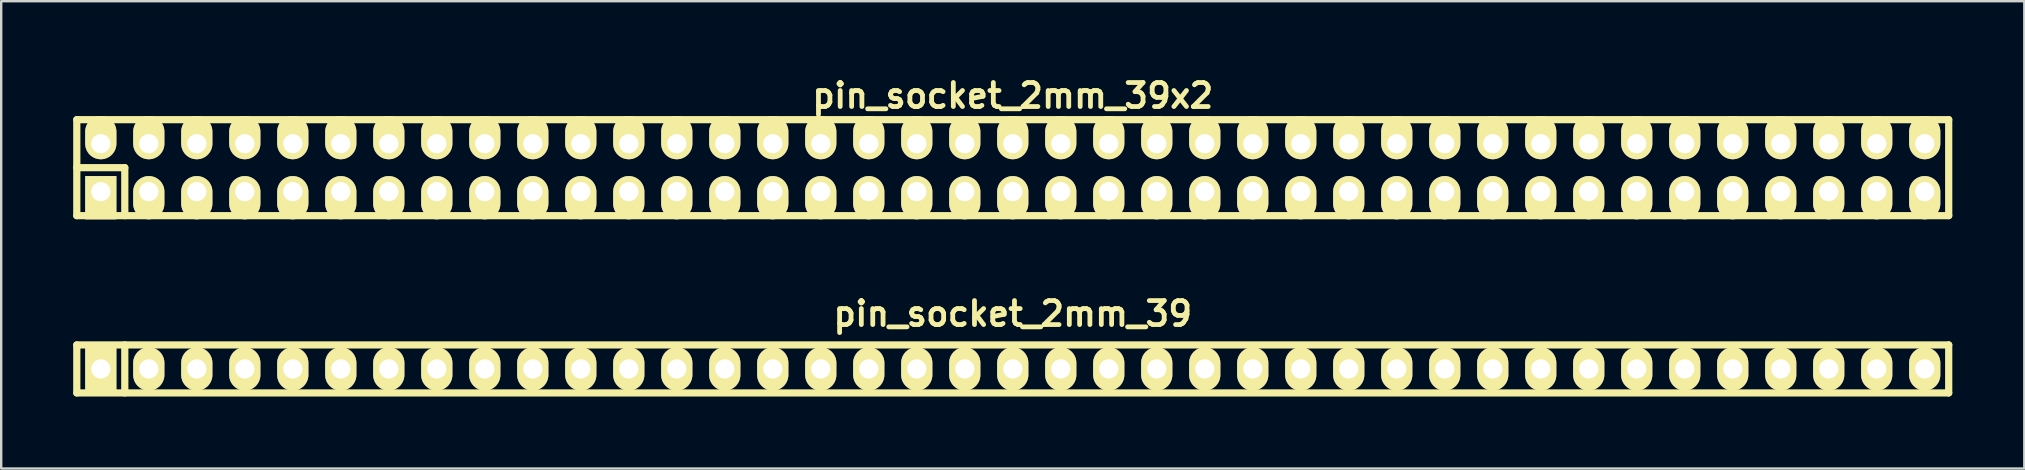
<source format=kicad_pcb>
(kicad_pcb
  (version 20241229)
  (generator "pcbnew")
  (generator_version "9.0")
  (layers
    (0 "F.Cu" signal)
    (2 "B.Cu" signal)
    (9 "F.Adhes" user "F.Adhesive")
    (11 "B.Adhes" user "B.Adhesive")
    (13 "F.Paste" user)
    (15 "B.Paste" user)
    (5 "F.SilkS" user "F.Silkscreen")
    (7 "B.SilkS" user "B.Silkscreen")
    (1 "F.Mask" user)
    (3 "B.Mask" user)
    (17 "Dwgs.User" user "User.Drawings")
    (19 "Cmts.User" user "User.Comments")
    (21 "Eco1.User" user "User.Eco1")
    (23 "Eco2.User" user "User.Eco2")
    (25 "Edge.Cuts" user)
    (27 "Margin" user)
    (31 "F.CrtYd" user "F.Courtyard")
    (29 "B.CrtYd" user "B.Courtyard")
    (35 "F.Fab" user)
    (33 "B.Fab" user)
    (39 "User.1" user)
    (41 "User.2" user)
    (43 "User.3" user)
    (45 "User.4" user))
  (footprint "pin_socket_2mm_39"
    (layer "F.Cu")
    (at 39.15 12.322)
    (property "Reference" "pin_socket_2mm_39" (at 0 -2.3 0) (layer "F.SilkS") (effects (font (size 1 1) (thickness 0.2))))
    (attr through_hole)
    (fp_line (start -39 -1) (end 39 -1) (stroke (width 0.3) (type solid)) (layer "F.SilkS"))
    (fp_line (start -39 1) (end -39 -1) (stroke (width 0.3) (type solid)) (layer "F.SilkS"))
    (fp_line (start -37 -1) (end -37 1) (stroke (width 0.3) (type solid)) (layer "F.SilkS"))
    (fp_line (start 39 -1) (end 39 1) (stroke (width 0.3) (type solid)) (layer "F.SilkS"))
    (fp_line (start 39 1) (end -39 1) (stroke (width 0.3) (type solid)) (layer "F.SilkS"))
    (pad "1" thru_hole rect (at -38 0) (size 1.3 1.8) (drill 0.8) (layers "*.Cu" "*.Mask" "F.SilkS"))
    (pad "2" thru_hole oval (at -36 0) (size 1.3 1.8) (drill 0.8) (layers "*.Cu" "*.Mask" "F.SilkS"))
    (pad "3" thru_hole oval (at -34 0) (size 1.3 1.8) (drill 0.8) (layers "*.Cu" "*.Mask" "F.SilkS"))
    (pad "4" thru_hole oval (at -32 0) (size 1.3 1.8) (drill 0.8) (layers "*.Cu" "*.Mask" "F.SilkS"))
    (pad "5" thru_hole oval (at -30 0) (size 1.3 1.8) (drill 0.8) (layers "*.Cu" "*.Mask" "F.SilkS"))
    (pad "6" thru_hole oval (at -28 0) (size 1.3 1.8) (drill 0.8) (layers "*.Cu" "*.Mask" "F.SilkS"))
    (pad "7" thru_hole oval (at -26 0) (size 1.3 1.8) (drill 0.8) (layers "*.Cu" "*.Mask" "F.SilkS"))
    (pad "8" thru_hole oval (at -24 0) (size 1.3 1.8) (drill 0.8) (layers "*.Cu" "*.Mask" "F.SilkS"))
    (pad "9" thru_hole oval (at -22 0) (size 1.3 1.8) (drill 0.8) (layers "*.Cu" "*.Mask" "F.SilkS"))
    (pad "10" thru_hole oval (at -20 0) (size 1.3 1.8) (drill 0.8) (layers "*.Cu" "*.Mask" "F.SilkS"))
    (pad "11" thru_hole oval (at -18 0) (size 1.3 1.8) (drill 0.8) (layers "*.Cu" "*.Mask" "F.SilkS"))
    (pad "12" thru_hole oval (at -16 0) (size 1.3 1.8) (drill 0.8) (layers "*.Cu" "*.Mask" "F.SilkS"))
    (pad "13" thru_hole oval (at -14 0) (size 1.3 1.8) (drill 0.8) (layers "*.Cu" "*.Mask" "F.SilkS"))
    (pad "14" thru_hole oval (at -12 0) (size 1.3 1.8) (drill 0.8) (layers "*.Cu" "*.Mask" "F.SilkS"))
    (pad "15" thru_hole oval (at -10 0) (size 1.3 1.8) (drill 0.8) (layers "*.Cu" "*.Mask" "F.SilkS"))
    (pad "16" thru_hole oval (at -8 0) (size 1.3 1.8) (drill 0.8) (layers "*.Cu" "*.Mask" "F.SilkS"))
    (pad "17" thru_hole oval (at -6 0) (size 1.3 1.8) (drill 0.8) (layers "*.Cu" "*.Mask" "F.SilkS"))
    (pad "18" thru_hole oval (at -4 0) (size 1.3 1.8) (drill 0.8) (layers "*.Cu" "*.Mask" "F.SilkS"))
    (pad "19" thru_hole oval (at -2 0) (size 1.3 1.8) (drill 0.8) (layers "*.Cu" "*.Mask" "F.SilkS"))
    (pad "20" thru_hole oval (at 0 0) (size 1.3 1.8) (drill 0.8) (layers "*.Cu" "*.Mask" "F.SilkS"))
    (pad "21" thru_hole oval (at 2 0) (size 1.3 1.8) (drill 0.8) (layers "*.Cu" "*.Mask" "F.SilkS"))
    (pad "22" thru_hole oval (at 4 0) (size 1.3 1.8) (drill 0.8) (layers "*.Cu" "*.Mask" "F.SilkS"))
    (pad "23" thru_hole oval (at 6 0) (size 1.3 1.8) (drill 0.8) (layers "*.Cu" "*.Mask" "F.SilkS"))
    (pad "24" thru_hole oval (at 8 0) (size 1.3 1.8) (drill 0.8) (layers "*.Cu" "*.Mask" "F.SilkS"))
    (pad "25" thru_hole oval (at 10 0) (size 1.3 1.8) (drill 0.8) (layers "*.Cu" "*.Mask" "F.SilkS"))
    (pad "26" thru_hole oval (at 12 0) (size 1.3 1.8) (drill 0.8) (layers "*.Cu" "*.Mask" "F.SilkS"))
    (pad "27" thru_hole oval (at 14 0) (size 1.3 1.8) (drill 0.8) (layers "*.Cu" "*.Mask" "F.SilkS"))
    (pad "28" thru_hole oval (at 16 0) (size 1.3 1.8) (drill 0.8) (layers "*.Cu" "*.Mask" "F.SilkS"))
    (pad "29" thru_hole oval (at 18 0) (size 1.3 1.8) (drill 0.8) (layers "*.Cu" "*.Mask" "F.SilkS"))
    (pad "30" thru_hole oval (at 20 0) (size 1.3 1.8) (drill 0.8) (layers "*.Cu" "*.Mask" "F.SilkS"))
    (pad "31" thru_hole oval (at 22 0) (size 1.3 1.8) (drill 0.8) (layers "*.Cu" "*.Mask" "F.SilkS"))
    (pad "32" thru_hole oval (at 24 0) (size 1.3 1.8) (drill 0.8) (layers "*.Cu" "*.Mask" "F.SilkS"))
    (pad "33" thru_hole oval (at 26 0) (size 1.3 1.8) (drill 0.8) (layers "*.Cu" "*.Mask" "F.SilkS"))
    (pad "34" thru_hole oval (at 28 0) (size 1.3 1.8) (drill 0.8) (layers "*.Cu" "*.Mask" "F.SilkS"))
    (pad "35" thru_hole oval (at 30 0) (size 1.3 1.8) (drill 0.8) (layers "*.Cu" "*.Mask" "F.SilkS"))
    (pad "36" thru_hole oval (at 32 0) (size 1.3 1.8) (drill 0.8) (layers "*.Cu" "*.Mask" "F.SilkS"))
    (pad "37" thru_hole oval (at 34 0) (size 1.3 1.8) (drill 0.8) (layers "*.Cu" "*.Mask" "F.SilkS"))
    (pad "38" thru_hole oval (at 36 0) (size 1.3 1.8) (drill 0.8) (layers "*.Cu" "*.Mask" "F.SilkS"))
    (pad "39" thru_hole oval (at 38 0) (size 1.3 1.8) (drill 0.8) (layers "*.Cu" "*.Mask" "F.SilkS")))
  (footprint "pin_socket_2mm_39x2"
    (layer "F.Cu")
    (at 39.15 3.936)
    (property "Reference" "pin_socket_2mm_39x2" (at 0 -3 0) (layer "F.SilkS") (effects (font (size 1 1) (thickness 0.2))))
    (attr through_hole)
    (fp_line (start -39 -2) (end 39 -2) (stroke (width 0.3) (type solid)) (layer "F.SilkS"))
    (fp_line (start -39 0) (end -37 0) (stroke (width 0.3) (type solid)) (layer "F.SilkS"))
    (fp_line (start -39 2) (end -39 -2) (stroke (width 0.3) (type solid)) (layer "F.SilkS"))
    (fp_line (start -37 0) (end -37 2) (stroke (width 0.3) (type solid)) (layer "F.SilkS"))
    (fp_line (start 39 -2) (end 39 2) (stroke (width 0.3) (type solid)) (layer "F.SilkS"))
    (fp_line (start 39 2) (end -39 2) (stroke (width 0.3) (type solid)) (layer "F.SilkS"))
    (pad "1" thru_hole rect (at -38 1) (size 1.3 1.8) (drill 0.8 (offset 0 0.25)) (layers "*.Cu" "*.Mask" "F.SilkS"))
    (pad "2" thru_hole oval (at -38 -1) (size 1.3 1.8) (drill 0.8 (offset 0 -0.25)) (layers "*.Cu" "*.Mask" "F.SilkS"))
    (pad "3" thru_hole oval (at -36 1) (size 1.3 1.8) (drill 0.8 (offset 0 0.25)) (layers "*.Cu" "*.Mask" "F.SilkS"))
    (pad "4" thru_hole oval (at -36 -1) (size 1.3 1.8) (drill 0.8 (offset 0 -0.25)) (layers "*.Cu" "*.Mask" "F.SilkS"))
    (pad "5" thru_hole oval (at -34 1) (size 1.3 1.8) (drill 0.8 (offset 0 0.25)) (layers "*.Cu" "*.Mask" "F.SilkS"))
    (pad "6" thru_hole oval (at -34 -1) (size 1.3 1.8) (drill 0.8 (offset 0 -0.25)) (layers "*.Cu" "*.Mask" "F.SilkS"))
    (pad "7" thru_hole oval (at -32 1) (size 1.3 1.8) (drill 0.8 (offset 0 0.25)) (layers "*.Cu" "*.Mask" "F.SilkS"))
    (pad "8" thru_hole oval (at -32 -1) (size 1.3 1.8) (drill 0.8 (offset 0 -0.25)) (layers "*.Cu" "*.Mask" "F.SilkS"))
    (pad "9" thru_hole oval (at -30 1) (size 1.3 1.8) (drill 0.8 (offset 0 0.25)) (layers "*.Cu" "*.Mask" "F.SilkS"))
    (pad "10" thru_hole oval (at -30 -1) (size 1.3 1.8) (drill 0.8 (offset 0 -0.25)) (layers "*.Cu" "*.Mask" "F.SilkS"))
    (pad "11" thru_hole oval (at -28 1) (size 1.3 1.8) (drill 0.8 (offset 0 0.25)) (layers "*.Cu" "*.Mask" "F.SilkS"))
    (pad "12" thru_hole oval (at -28 -1) (size 1.3 1.8) (drill 0.8 (offset 0 -0.25)) (layers "*.Cu" "*.Mask" "F.SilkS"))
    (pad "13" thru_hole oval (at -26 1) (size 1.3 1.8) (drill 0.8 (offset 0 0.25)) (layers "*.Cu" "*.Mask" "F.SilkS"))
    (pad "14" thru_hole oval (at -26 -1) (size 1.3 1.8) (drill 0.8 (offset 0 -0.25)) (layers "*.Cu" "*.Mask" "F.SilkS"))
    (pad "15" thru_hole oval (at -24 1) (size 1.3 1.8) (drill 0.8 (offset 0 0.25)) (layers "*.Cu" "*.Mask" "F.SilkS"))
    (pad "16" thru_hole oval (at -24 -1) (size 1.3 1.8) (drill 0.8 (offset 0 -0.25)) (layers "*.Cu" "*.Mask" "F.SilkS"))
    (pad "17" thru_hole oval (at -22 1) (size 1.3 1.8) (drill 0.8 (offset 0 0.25)) (layers "*.Cu" "*.Mask" "F.SilkS"))
    (pad "18" thru_hole oval (at -22 -1) (size 1.3 1.8) (drill 0.8 (offset 0 -0.25)) (layers "*.Cu" "*.Mask" "F.SilkS"))
    (pad "19" thru_hole oval (at -20 1) (size 1.3 1.8) (drill 0.8 (offset 0 0.25)) (layers "*.Cu" "*.Mask" "F.SilkS"))
    (pad "20" thru_hole oval (at -20 -1) (size 1.3 1.8) (drill 0.8 (offset 0 -0.25)) (layers "*.Cu" "*.Mask" "F.SilkS"))
    (pad "21" thru_hole oval (at -18 1) (size 1.3 1.8) (drill 0.8 (offset 0 0.25)) (layers "*.Cu" "*.Mask" "F.SilkS"))
    (pad "22" thru_hole oval (at -18 -1) (size 1.3 1.8) (drill 0.8 (offset 0 -0.25)) (layers "*.Cu" "*.Mask" "F.SilkS"))
    (pad "23" thru_hole oval (at -16 1) (size 1.3 1.8) (drill 0.8 (offset 0 0.25)) (layers "*.Cu" "*.Mask" "F.SilkS"))
    (pad "24" thru_hole oval (at -16 -1) (size 1.3 1.8) (drill 0.8 (offset 0 -0.25)) (layers "*.Cu" "*.Mask" "F.SilkS"))
    (pad "25" thru_hole oval (at -14 1) (size 1.3 1.8) (drill 0.8 (offset 0 0.25)) (layers "*.Cu" "*.Mask" "F.SilkS"))
    (pad "26" thru_hole oval (at -14 -1) (size 1.3 1.8) (drill 0.8 (offset 0 -0.25)) (layers "*.Cu" "*.Mask" "F.SilkS"))
    (pad "27" thru_hole oval (at -12 1) (size 1.3 1.8) (drill 0.8 (offset 0 0.25)) (layers "*.Cu" "*.Mask" "F.SilkS"))
    (pad "28" thru_hole oval (at -12 -1) (size 1.3 1.8) (drill 0.8 (offset 0 -0.25)) (layers "*.Cu" "*.Mask" "F.SilkS"))
    (pad "29" thru_hole oval (at -10 1) (size 1.3 1.8) (drill 0.8 (offset 0 0.25)) (layers "*.Cu" "*.Mask" "F.SilkS"))
    (pad "30" thru_hole oval (at -10 -1) (size 1.3 1.8) (drill 0.8 (offset 0 -0.25)) (layers "*.Cu" "*.Mask" "F.SilkS"))
    (pad "31" thru_hole oval (at -8 1) (size 1.3 1.8) (drill 0.8 (offset 0 0.25)) (layers "*.Cu" "*.Mask" "F.SilkS"))
    (pad "32" thru_hole oval (at -8 -1) (size 1.3 1.8) (drill 0.8 (offset 0 -0.25)) (layers "*.Cu" "*.Mask" "F.SilkS"))
    (pad "33" thru_hole oval (at -6 1) (size 1.3 1.8) (drill 0.8 (offset 0 0.25)) (layers "*.Cu" "*.Mask" "F.SilkS"))
    (pad "34" thru_hole oval (at -6 -1) (size 1.3 1.8) (drill 0.8 (offset 0 -0.25)) (layers "*.Cu" "*.Mask" "F.SilkS"))
    (pad "35" thru_hole oval (at -4 1) (size 1.3 1.8) (drill 0.8 (offset 0 0.25)) (layers "*.Cu" "*.Mask" "F.SilkS"))
    (pad "36" thru_hole oval (at -4 -1) (size 1.3 1.8) (drill 0.8 (offset 0 -0.25)) (layers "*.Cu" "*.Mask" "F.SilkS"))
    (pad "37" thru_hole oval (at -2 1) (size 1.3 1.8) (drill 0.8 (offset 0 0.25)) (layers "*.Cu" "*.Mask" "F.SilkS"))
    (pad "38" thru_hole oval (at -2 -1) (size 1.3 1.8) (drill 0.8 (offset 0 -0.25)) (layers "*.Cu" "*.Mask" "F.SilkS"))
    (pad "39" thru_hole oval (at 0 1) (size 1.3 1.8) (drill 0.8 (offset 0 0.25)) (layers "*.Cu" "*.Mask" "F.SilkS"))
    (pad "40" thru_hole oval (at 0 -1) (size 1.3 1.8) (drill 0.8 (offset 0 -0.25)) (layers "*.Cu" "*.Mask" "F.SilkS"))
    (pad "41" thru_hole oval (at 2 1) (size 1.3 1.8) (drill 0.8 (offset 0 0.25)) (layers "*.Cu" "*.Mask" "F.SilkS"))
    (pad "42" thru_hole oval (at 2 -1) (size 1.3 1.8) (drill 0.8 (offset 0 -0.25)) (layers "*.Cu" "*.Mask" "F.SilkS"))
    (pad "43" thru_hole oval (at 4 1) (size 1.3 1.8) (drill 0.8 (offset 0 0.25)) (layers "*.Cu" "*.Mask" "F.SilkS"))
    (pad "44" thru_hole oval (at 4 -1) (size 1.3 1.8) (drill 0.8 (offset 0 -0.25)) (layers "*.Cu" "*.Mask" "F.SilkS"))
    (pad "45" thru_hole oval (at 6 1) (size 1.3 1.8) (drill 0.8 (offset 0 0.25)) (layers "*.Cu" "*.Mask" "F.SilkS"))
    (pad "46" thru_hole oval (at 6 -1) (size 1.3 1.8) (drill 0.8 (offset 0 -0.25)) (layers "*.Cu" "*.Mask" "F.SilkS"))
    (pad "47" thru_hole oval (at 8 1) (size 1.3 1.8) (drill 0.8 (offset 0 0.25)) (layers "*.Cu" "*.Mask" "F.SilkS"))
    (pad "48" thru_hole oval (at 8 -1) (size 1.3 1.8) (drill 0.8 (offset 0 -0.25)) (layers "*.Cu" "*.Mask" "F.SilkS"))
    (pad "49" thru_hole oval (at 10 1) (size 1.3 1.8) (drill 0.8 (offset 0 0.25)) (layers "*.Cu" "*.Mask" "F.SilkS"))
    (pad "50" thru_hole oval (at 10 -1) (size 1.3 1.8) (drill 0.8 (offset 0 -0.25)) (layers "*.Cu" "*.Mask" "F.SilkS"))
    (pad "51" thru_hole oval (at 12 1) (size 1.3 1.8) (drill 0.8 (offset 0 0.25)) (layers "*.Cu" "*.Mask" "F.SilkS"))
    (pad "52" thru_hole oval (at 12 -1) (size 1.3 1.8) (drill 0.8 (offset 0 -0.25)) (layers "*.Cu" "*.Mask" "F.SilkS"))
    (pad "53" thru_hole oval (at 14 1) (size 1.3 1.8) (drill 0.8 (offset 0 0.25)) (layers "*.Cu" "*.Mask" "F.SilkS"))
    (pad "54" thru_hole oval (at 14 -1) (size 1.3 1.8) (drill 0.8 (offset 0 -0.25)) (layers "*.Cu" "*.Mask" "F.SilkS"))
    (pad "55" thru_hole oval (at 16 1) (size 1.3 1.8) (drill 0.8 (offset 0 0.25)) (layers "*.Cu" "*.Mask" "F.SilkS"))
    (pad "56" thru_hole oval (at 16 -1) (size 1.3 1.8) (drill 0.8 (offset 0 -0.25)) (layers "*.Cu" "*.Mask" "F.SilkS"))
    (pad "57" thru_hole oval (at 18 1) (size 1.3 1.8) (drill 0.8 (offset 0 0.25)) (layers "*.Cu" "*.Mask" "F.SilkS"))
    (pad "58" thru_hole oval (at 18 -1) (size 1.3 1.8) (drill 0.8 (offset 0 -0.25)) (layers "*.Cu" "*.Mask" "F.SilkS"))
    (pad "59" thru_hole oval (at 20 1) (size 1.3 1.8) (drill 0.8 (offset 0 0.25)) (layers "*.Cu" "*.Mask" "F.SilkS"))
    (pad "60" thru_hole oval (at 20 -1) (size 1.3 1.8) (drill 0.8 (offset 0 -0.25)) (layers "*.Cu" "*.Mask" "F.SilkS"))
    (pad "61" thru_hole oval (at 22 1) (size 1.3 1.8) (drill 0.8 (offset 0 0.25)) (layers "*.Cu" "*.Mask" "F.SilkS"))
    (pad "62" thru_hole oval (at 22 -1) (size 1.3 1.8) (drill 0.8 (offset 0 -0.25)) (layers "*.Cu" "*.Mask" "F.SilkS"))
    (pad "63" thru_hole oval (at 24 1) (size 1.3 1.8) (drill 0.8 (offset 0 0.25)) (layers "*.Cu" "*.Mask" "F.SilkS"))
    (pad "64" thru_hole oval (at 24 -1) (size 1.3 1.8) (drill 0.8 (offset 0 -0.25)) (layers "*.Cu" "*.Mask" "F.SilkS"))
    (pad "65" thru_hole oval (at 26 1) (size 1.3 1.8) (drill 0.8 (offset 0 0.25)) (layers "*.Cu" "*.Mask" "F.SilkS"))
    (pad "66" thru_hole oval (at 26 -1) (size 1.3 1.8) (drill 0.8 (offset 0 -0.25)) (layers "*.Cu" "*.Mask" "F.SilkS"))
    (pad "67" thru_hole oval (at 28 1) (size 1.3 1.8) (drill 0.8 (offset 0 0.25)) (layers "*.Cu" "*.Mask" "F.SilkS"))
    (pad "68" thru_hole oval (at 28 -1) (size 1.3 1.8) (drill 0.8 (offset 0 -0.25)) (layers "*.Cu" "*.Mask" "F.SilkS"))
    (pad "69" thru_hole oval (at 30 1) (size 1.3 1.8) (drill 0.8 (offset 0 0.25)) (layers "*.Cu" "*.Mask" "F.SilkS"))
    (pad "70" thru_hole oval (at 30 -1) (size 1.3 1.8) (drill 0.8 (offset 0 -0.25)) (layers "*.Cu" "*.Mask" "F.SilkS"))
    (pad "71" thru_hole oval (at 32 1) (size 1.3 1.8) (drill 0.8 (offset 0 0.25)) (layers "*.Cu" "*.Mask" "F.SilkS"))
    (pad "72" thru_hole oval (at 32 -1) (size 1.3 1.8) (drill 0.8 (offset 0 -0.25)) (layers "*.Cu" "*.Mask" "F.SilkS"))
    (pad "73" thru_hole oval (at 34 1) (size 1.3 1.8) (drill 0.8 (offset 0 0.25)) (layers "*.Cu" "*.Mask" "F.SilkS"))
    (pad "74" thru_hole oval (at 34 -1) (size 1.3 1.8) (drill 0.8 (offset 0 -0.25)) (layers "*.Cu" "*.Mask" "F.SilkS"))
    (pad "75" thru_hole oval (at 36 1) (size 1.3 1.8) (drill 0.8 (offset 0 0.25)) (layers "*.Cu" "*.Mask" "F.SilkS"))
    (pad "76" thru_hole oval (at 36 -1) (size 1.3 1.8) (drill 0.8 (offset 0 -0.25)) (layers "*.Cu" "*.Mask" "F.SilkS"))
    (pad "77" thru_hole oval (at 38 1) (size 1.3 1.8) (drill 0.8 (offset 0 0.25)) (layers "*.Cu" "*.Mask" "F.SilkS"))
    (pad "78" thru_hole oval (at 38 -1) (size 1.3 1.8) (drill 0.8 (offset 0 -0.25)) (layers "*.Cu" "*.Mask" "F.SilkS")))
  (gr_rect
    (start -3 -3)
    (end 81.3 16.472)
    (stroke (width 0.1) (type default))
    (fill no)
    (layer "Edge.Cuts")))
</source>
